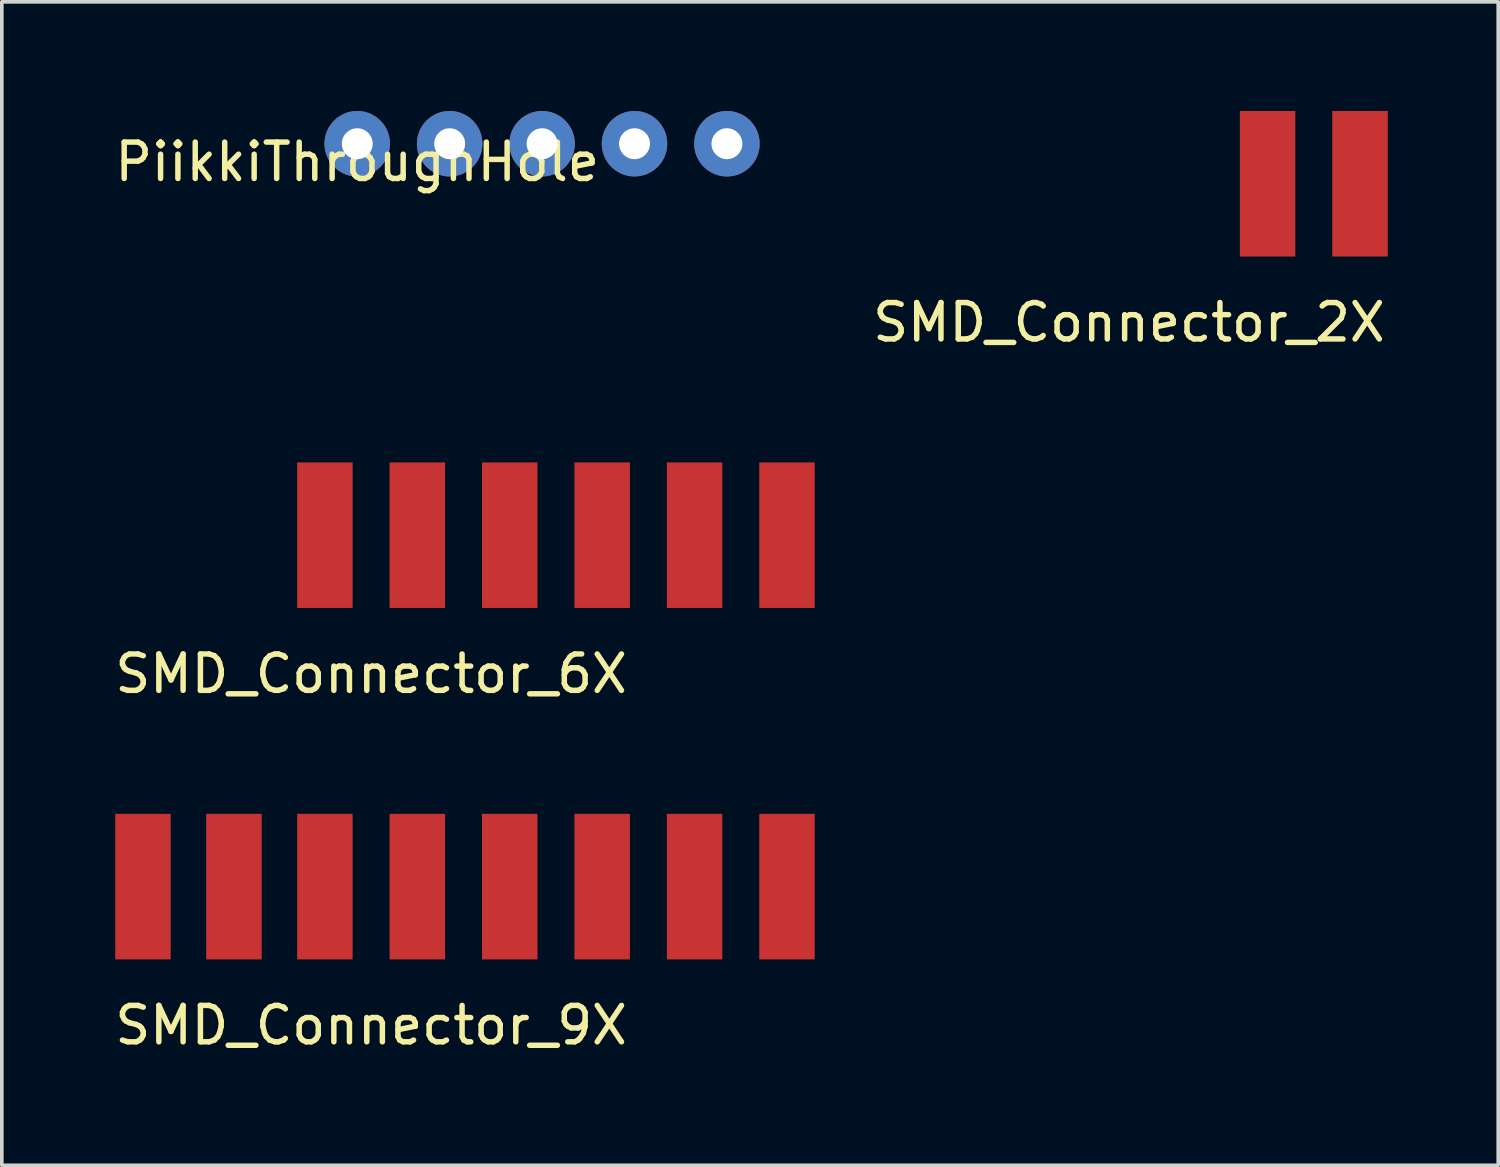
<source format=kicad_pcb>
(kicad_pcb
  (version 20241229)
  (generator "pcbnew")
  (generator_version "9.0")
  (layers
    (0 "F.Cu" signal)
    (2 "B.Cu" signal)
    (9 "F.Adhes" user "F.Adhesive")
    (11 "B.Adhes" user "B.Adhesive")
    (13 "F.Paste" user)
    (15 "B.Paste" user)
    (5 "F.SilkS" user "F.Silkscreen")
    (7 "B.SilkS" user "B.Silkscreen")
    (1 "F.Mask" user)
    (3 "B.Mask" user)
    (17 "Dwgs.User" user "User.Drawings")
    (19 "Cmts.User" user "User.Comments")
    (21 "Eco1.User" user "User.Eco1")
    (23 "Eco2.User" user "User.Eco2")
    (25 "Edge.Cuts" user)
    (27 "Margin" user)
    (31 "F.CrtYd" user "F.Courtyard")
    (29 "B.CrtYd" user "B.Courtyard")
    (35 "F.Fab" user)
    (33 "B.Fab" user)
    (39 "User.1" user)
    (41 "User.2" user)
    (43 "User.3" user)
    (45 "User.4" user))
  (footprint "SMD_Connector_9X"
    (layer "F.Cu")
    (at 12.229 21.317)
    (property "Reference" "SMD_Connector_9X" (at -5.08 3.81 0) (layer "F.SilkS") (effects (font (size 1 1) (thickness 0.15))))
    (attr through_hole)
    (pad "1" smd rect (at -11.35 0) (size 1.524 4) (layers "F.Cu" "F.Mask" "F.Paste"))
    (pad "2" smd rect (at -8.85 0) (size 1.524 4) (layers "F.Cu" "F.Mask" "F.Paste"))
    (pad "3" smd rect (at -6.35 0) (size 1.524 4) (layers "F.Cu" "F.Mask" "F.Paste"))
    (pad "4" smd rect (at -3.81 0) (size 1.524 4) (layers "F.Cu" "F.Mask" "F.Paste"))
    (pad "5" smd rect (at -1.27 0) (size 1.524 4) (layers "F.Cu" "F.Mask" "F.Paste"))
    (pad "6" smd rect (at 1.27 0) (size 1.524 4) (layers "F.Cu" "F.Mask" "F.Paste"))
    (pad "7" smd rect (at 3.81 0) (size 1.524 4) (layers "F.Cu" "F.Mask" "F.Paste"))
    (pad "8" smd rect (at 6.35 0) (size 1.524 4) (layers "F.Cu" "F.Mask" "F.Paste")))
  (footprint "SMD_Connector_6X"
    (layer "F.Cu")
    (at 12.229 11.658)
    (property "Reference" "SMD_Connector_6X" (at -5.08 3.81 0) (layer "F.SilkS") (effects (font (size 1 1) (thickness 0.15))))
    (attr through_hole)
    (pad "1" smd rect (at -6.35 0) (size 1.524 4) (layers "F.Cu" "F.Mask" "F.Paste"))
    (pad "2" smd rect (at -3.81 0) (size 1.524 4) (layers "F.Cu" "F.Mask" "F.Paste"))
    (pad "3" smd rect (at -1.27 0) (size 1.524 4) (layers "F.Cu" "F.Mask" "F.Paste"))
    (pad "4" smd rect (at 1.27 0) (size 1.524 4) (layers "F.Cu" "F.Mask" "F.Paste"))
    (pad "5" smd rect (at 3.81 0) (size 1.524 4) (layers "F.Cu" "F.Mask" "F.Paste"))
    (pad "6" smd rect (at 6.35 0) (size 1.524 4) (layers "F.Cu" "F.Mask" "F.Paste")))
  (footprint "PiikkiThroughHole"
    (layer "F.Cu")
    (at 11.848 0.9)
    (property "Reference" "PiikkiThroughHole" (at -5.08 0.5 0) (layer "F.SilkS") (effects (font (size 1 1) (thickness 0.15))))
    (attr through_hole)
    (pad "1" thru_hole circle (at -5.08 0) (size 1.8 1.8) (drill 0.85) (layers "*.Cu" "*.Mask"))
    (pad "2" thru_hole circle (at -2.54 0) (size 1.8 1.8) (drill 0.85) (layers "*.Cu" "*.Mask"))
    (pad "3" thru_hole circle (at 0 0) (size 1.8 1.8) (drill 0.85) (layers "*.Cu" "*.Mask"))
    (pad "4" thru_hole circle (at 2.54 0) (size 1.8 1.8) (drill 0.85) (layers "*.Cu" "*.Mask"))
    (pad "5" thru_hole circle (at 5.08 0) (size 1.8 1.8) (drill 0.85) (layers "*.Cu" "*.Mask")))
  (footprint "SMD_Connector_2X"
    (layer "F.Cu")
    (at 33.057 2)
    (property "Reference" "SMD_Connector_2X" (at -5.08 3.81 0) (layer "F.SilkS") (effects (font (size 1 1) (thickness 0.15))))
    (attr through_hole)
    (pad "1" smd rect (at -1.27 0) (size 1.524 4) (layers "F.Cu" "F.Mask" "F.Paste"))
    (pad "2" smd rect (at 1.27 0) (size 1.524 4) (layers "F.Cu" "F.Mask" "F.Paste")))
  (gr_rect
    (start -3 -3)
    (end 38.125 28.975)
    (stroke (width 0.1) (type default))
    (fill no)
    (layer "Edge.Cuts")))
</source>
